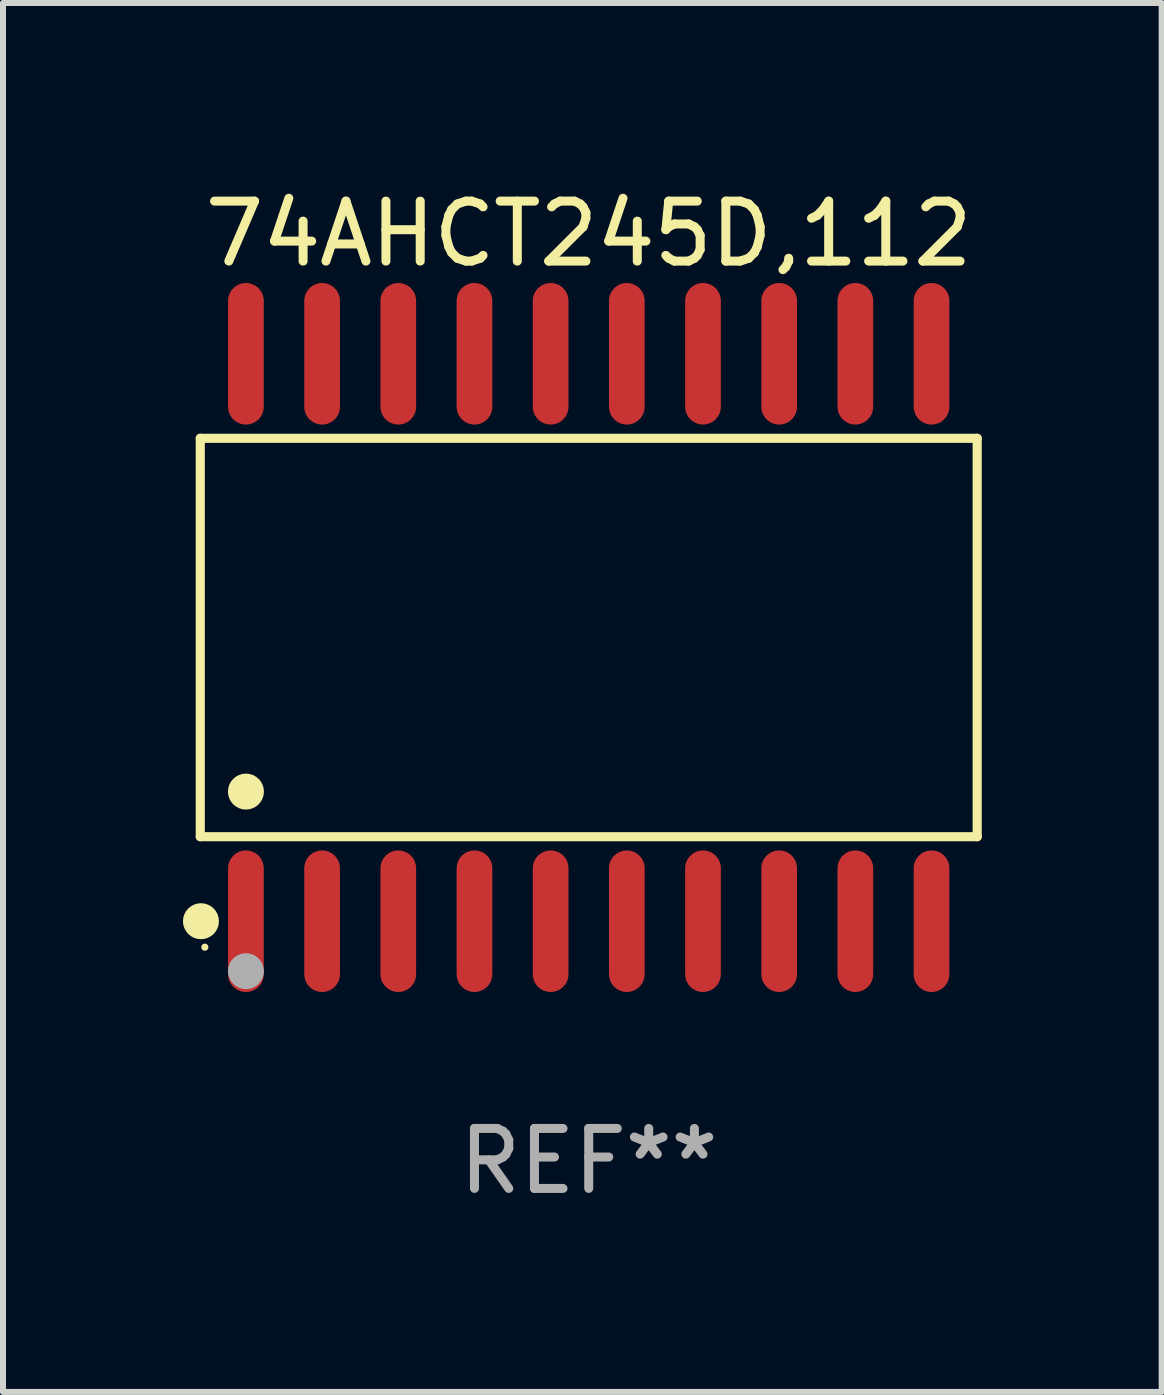
<source format=kicad_pcb>
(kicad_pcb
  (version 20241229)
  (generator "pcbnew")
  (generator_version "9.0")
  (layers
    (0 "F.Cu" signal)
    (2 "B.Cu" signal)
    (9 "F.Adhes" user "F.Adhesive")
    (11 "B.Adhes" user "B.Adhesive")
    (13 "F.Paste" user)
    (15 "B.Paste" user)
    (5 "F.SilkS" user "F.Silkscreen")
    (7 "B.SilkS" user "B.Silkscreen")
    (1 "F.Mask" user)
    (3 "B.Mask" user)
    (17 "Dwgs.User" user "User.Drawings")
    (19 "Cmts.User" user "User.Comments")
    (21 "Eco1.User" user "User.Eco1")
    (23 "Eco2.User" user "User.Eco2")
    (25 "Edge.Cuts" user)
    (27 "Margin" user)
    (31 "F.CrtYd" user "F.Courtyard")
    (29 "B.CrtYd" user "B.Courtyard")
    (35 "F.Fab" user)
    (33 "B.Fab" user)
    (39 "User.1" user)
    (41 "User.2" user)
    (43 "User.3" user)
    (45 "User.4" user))
  (footprint "74AHCT245D,112"
    (layer "F.Cu")
    (at 6.765 7.578)
    (property "Reference" "74AHCT245D,112" (at 0 -6.73 0) (layer "F.SilkS") (effects (font (size 1 1) (thickness 0.15))))
    (attr through_hole)
    (fp_line (start -6.476 -3.321) (end 6.476 -3.321) (stroke (width 0.152) (type solid)) (layer "F.SilkS"))
    (fp_line (start -6.476 3.321) (end -6.476 -3.321) (stroke (width 0.152) (type solid)) (layer "F.SilkS"))
    (fp_line (start 6.476 -3.321) (end 6.476 3.321) (stroke (width 0.152) (type solid)) (layer "F.SilkS"))
    (fp_line (start 6.476 3.321) (end -6.476 3.321) (stroke (width 0.152) (type solid)) (layer "F.SilkS"))
    (fp_circle (center -6.465 4.73) (end -6.315 4.73) (stroke (width 0.3) (type solid)) (fill no) (layer "F.SilkS"))
    (fp_circle (center -6.4 5.163) (end -6.37 5.163) (stroke (width 0.06) (type solid)) (fill no) (layer "F.SilkS"))
    (fp_circle (center -5.715 2.569) (end -5.565 2.569) (stroke (width 0.3) (type solid)) (fill no) (layer "F.SilkS"))
    (fp_circle (center -5.715 5.563) (end -5.565 5.563) (stroke (width 0.3) (type solid)) (fill no) (layer "F.Fab"))
    (fp_text user "REF**" (at 0 8.73 0) (layer "F.Fab") (effects (font (size 1 1) (thickness 0.15))))
    (pad "1" smd oval (at -5.715 4.73) (size 0.595 2.36) (layers "F.Cu" "F.Mask" "F.Paste"))
    (pad "2" smd oval (at -4.445 4.73) (size 0.595 2.36) (layers "F.Cu" "F.Mask" "F.Paste"))
    (pad "3" smd oval (at -3.175 4.73) (size 0.595 2.36) (layers "F.Cu" "F.Mask" "F.Paste"))
    (pad "4" smd oval (at -1.905 4.73) (size 0.595 2.36) (layers "F.Cu" "F.Mask" "F.Paste"))
    (pad "5" smd oval (at -0.635 4.73) (size 0.595 2.36) (layers "F.Cu" "F.Mask" "F.Paste"))
    (pad "6" smd oval (at 0.635 4.73) (size 0.595 2.36) (layers "F.Cu" "F.Mask" "F.Paste"))
    (pad "7" smd oval (at 1.905 4.73) (size 0.595 2.36) (layers "F.Cu" "F.Mask" "F.Paste"))
    (pad "8" smd oval (at 3.175 4.73) (size 0.595 2.36) (layers "F.Cu" "F.Mask" "F.Paste"))
    (pad "9" smd oval (at 4.445 4.73) (size 0.595 2.36) (layers "F.Cu" "F.Mask" "F.Paste"))
    (pad "10" smd oval (at 5.715 4.73) (size 0.595 2.36) (layers "F.Cu" "F.Mask" "F.Paste"))
    (pad "11" smd oval (at 5.715 -4.73) (size 0.595 2.36) (layers "F.Cu" "F.Mask" "F.Paste"))
    (pad "12" smd oval (at 4.445 -4.73) (size 0.595 2.36) (layers "F.Cu" "F.Mask" "F.Paste"))
    (pad "13" smd oval (at 3.175 -4.73) (size 0.595 2.36) (layers "F.Cu" "F.Mask" "F.Paste"))
    (pad "14" smd oval (at 1.905 -4.73) (size 0.595 2.36) (layers "F.Cu" "F.Mask" "F.Paste"))
    (pad "15" smd oval (at 0.635 -4.73) (size 0.595 2.36) (layers "F.Cu" "F.Mask" "F.Paste"))
    (pad "16" smd oval (at -0.635 -4.73) (size 0.595 2.36) (layers "F.Cu" "F.Mask" "F.Paste"))
    (pad "17" smd oval (at -1.905 -4.73) (size 0.595 2.36) (layers "F.Cu" "F.Mask" "F.Paste"))
    (pad "18" smd oval (at -3.175 -4.73) (size 0.595 2.36) (layers "F.Cu" "F.Mask" "F.Paste"))
    (pad "19" smd oval (at -4.445 -4.73) (size 0.595 2.36) (layers "F.Cu" "F.Mask" "F.Paste"))
    (pad "20" smd oval (at -5.715 -4.73) (size 0.595 2.36) (layers "F.Cu" "F.Mask" "F.Paste")))
  (gr_rect
    (start -3 -3)
    (end 16.317 20.156)
    (stroke (width 0.1) (type default))
    (fill no)
    (layer "Edge.Cuts")))
</source>
